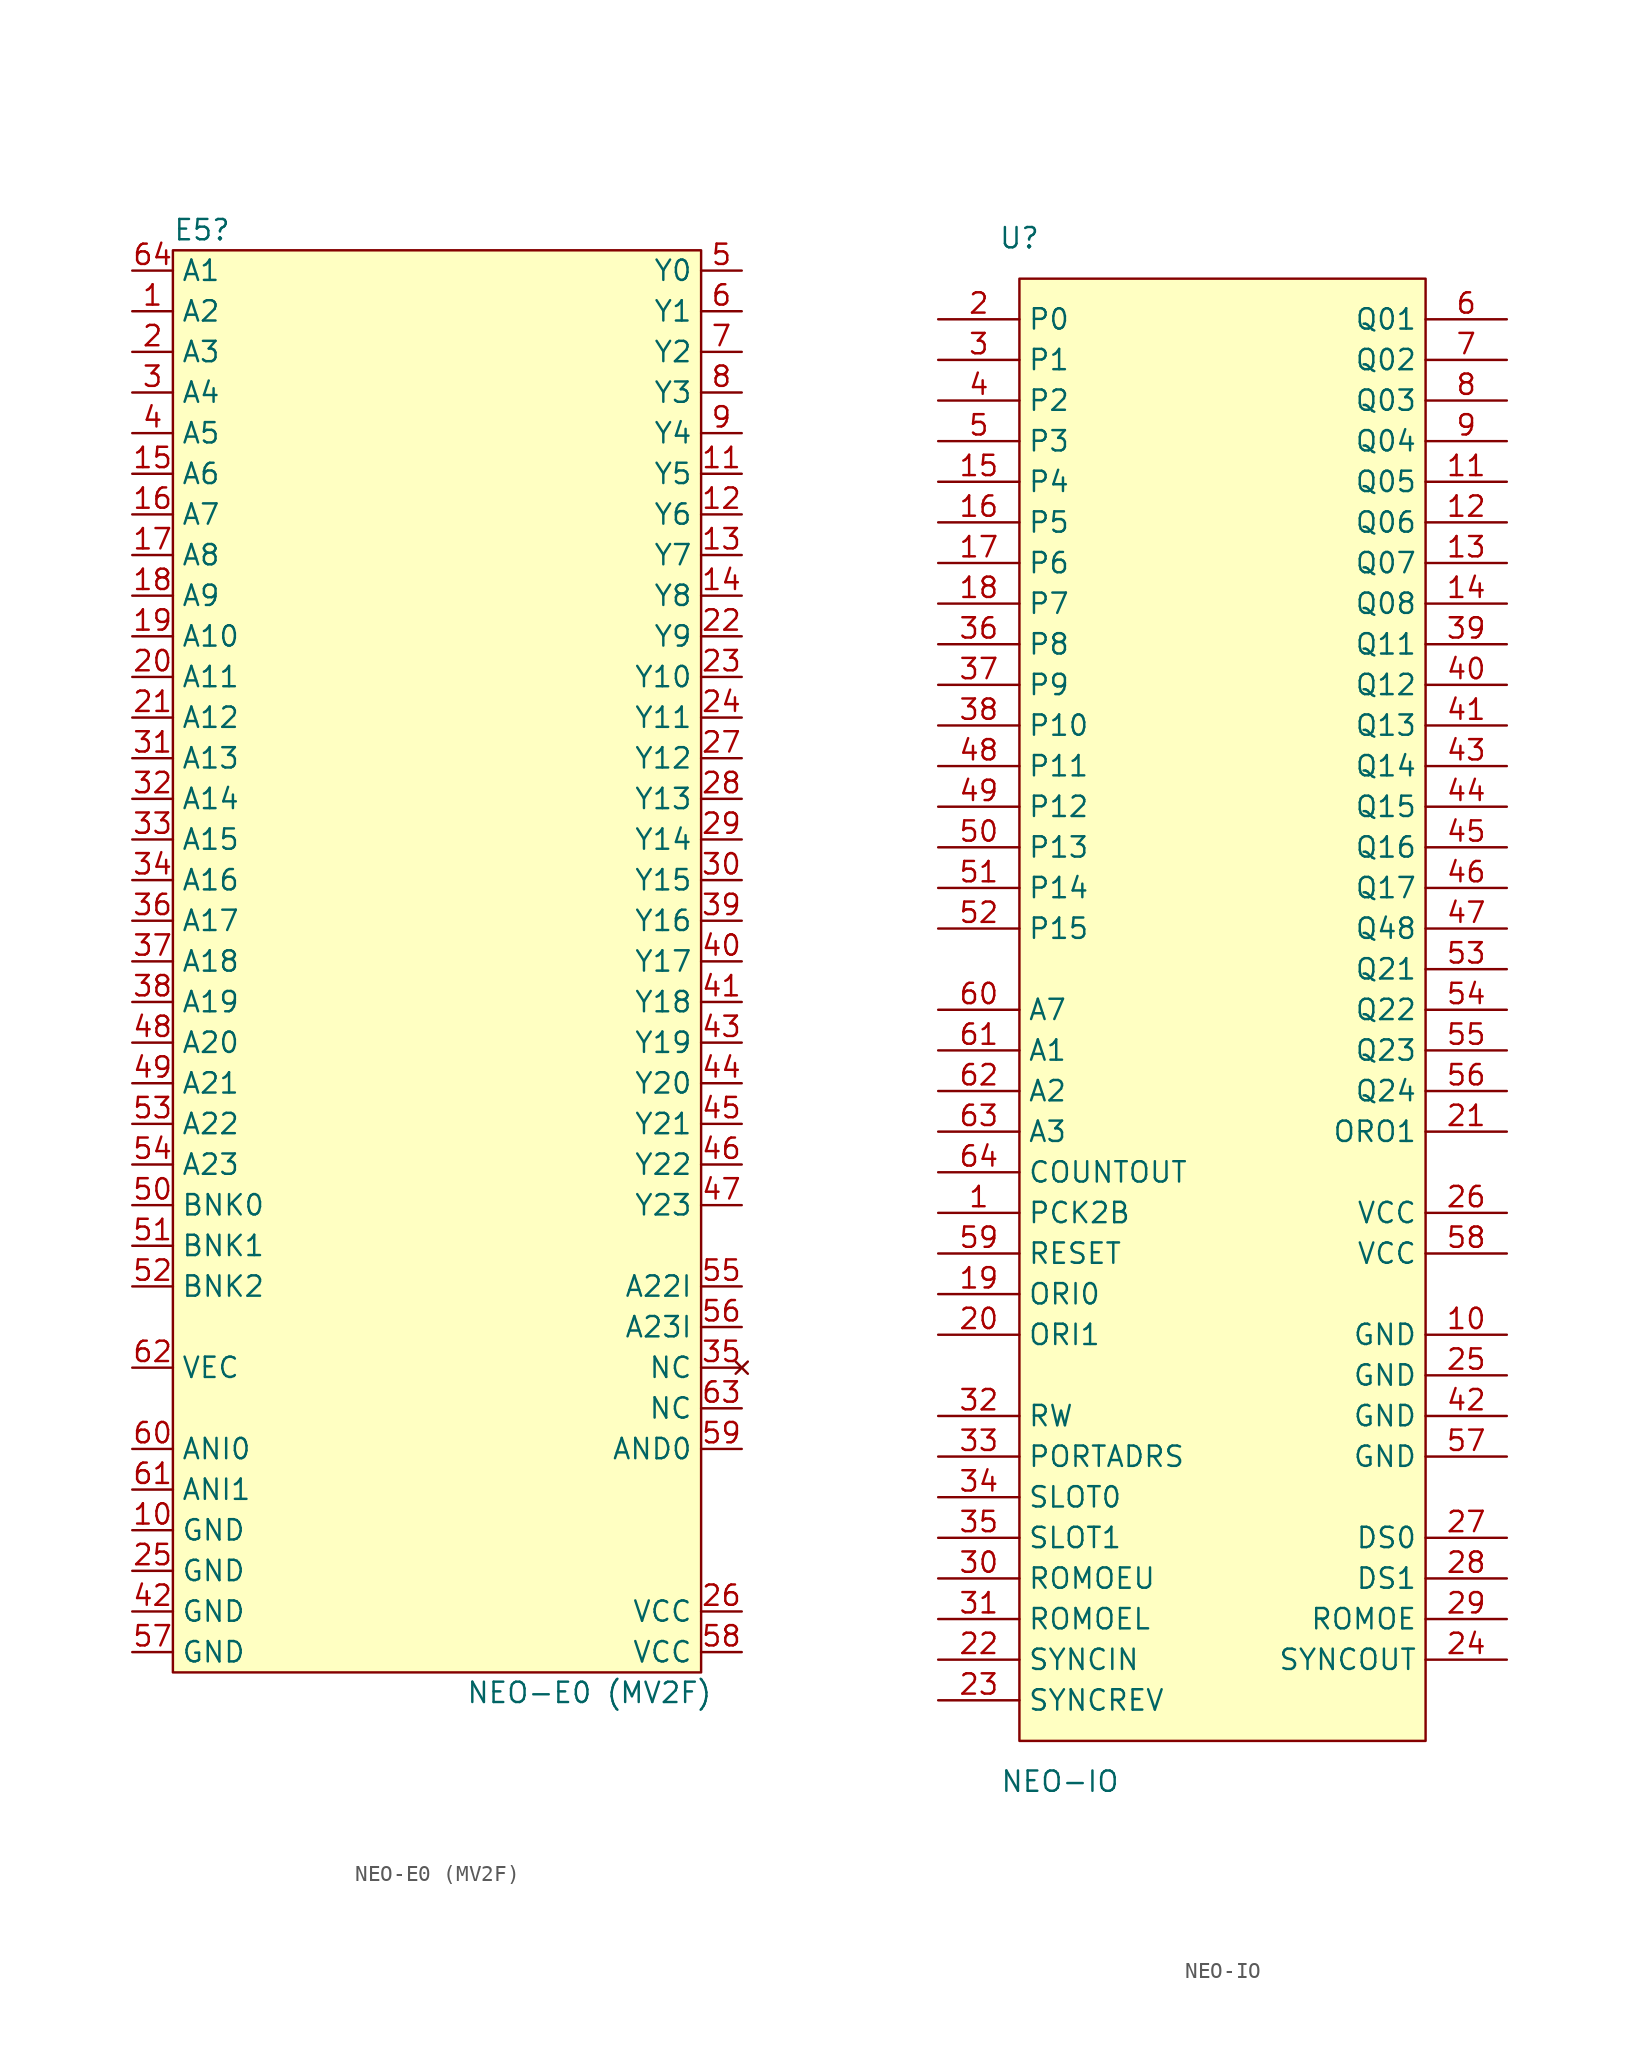
<source format=kicad_sym>
(kicad_symbol_lib
  (version 20220914)
  (generator kicad_symbol_editor)
  (symbol "NEO-E0 (MV2F)"
    (property "Reference" "E5"
      (at -16.51 45.72 0)
      (effects (font (size 1.27 1.27)) (justify left)))
    (property "Value" "NEO-E0 (MV2F)"
      (at 9.525 -45.72 0)
      (effects (font (size 1.27 1.27))))
    (symbol "NEO-E0 (MV2F)_0_0"
      (pin input line (at -19.05 40.64 0) (length 2.54) (name "A2" (effects (font (size 1.27 1.27)))) (number "1" (effects (font (size 1.27 1.27)))))
      (pin power_in line (at -19.05 -35.56 0) (length 2.54) (name "GND" (effects (font (size 1.27 1.27)))) (number "10" (effects (font (size 1.27 1.27)))))
      (pin output line (at 19.05 30.48 180) (length 2.54) (name "Y5" (effects (font (size 1.27 1.27)))) (number "11" (effects (font (size 1.27 1.27)))))
      (pin output line (at 19.05 27.94 180) (length 2.54) (name "Y6" (effects (font (size 1.27 1.27)))) (number "12" (effects (font (size 1.27 1.27)))))
      (pin output line (at 19.05 25.4 180) (length 2.54) (name "Y7" (effects (font (size 1.27 1.27)))) (number "13" (effects (font (size 1.27 1.27)))))
      (pin output line (at 19.05 22.86 180) (length 2.54) (name "Y8" (effects (font (size 1.27 1.27)))) (number "14" (effects (font (size 1.27 1.27)))))
      (pin input line (at -19.05 30.48 0) (length 2.54) (name "A6" (effects (font (size 1.27 1.27)))) (number "15" (effects (font (size 1.27 1.27)))))
      (pin input line (at -19.05 27.94 0) (length 2.54) (name "A7" (effects (font (size 1.27 1.27)))) (number "16" (effects (font (size 1.27 1.27)))))
      (pin input line (at -19.05 25.4 0) (length 2.54) (name "A8" (effects (font (size 1.27 1.27)))) (number "17" (effects (font (size 1.27 1.27)))))
      (pin input line (at -19.05 22.86 0) (length 2.54) (name "A9" (effects (font (size 1.27 1.27)))) (number "18" (effects (font (size 1.27 1.27)))))
      (pin input line (at -19.05 20.32 0) (length 2.54) (name "A10" (effects (font (size 1.27 1.27)))) (number "19" (effects (font (size 1.27 1.27)))))
      (pin input line (at -19.05 38.1 0) (length 2.54) (name "A3" (effects (font (size 1.27 1.27)))) (number "2" (effects (font (size 1.27 1.27)))))
      (pin input line (at -19.05 17.78 0) (length 2.54) (name "A11" (effects (font (size 1.27 1.27)))) (number "20" (effects (font (size 1.27 1.27)))))
      (pin input line (at -19.05 15.24 0) (length 2.54) (name "A12" (effects (font (size 1.27 1.27)))) (number "21" (effects (font (size 1.27 1.27)))))
      (pin output line (at 19.05 20.32 180) (length 2.54) (name "Y9" (effects (font (size 1.27 1.27)))) (number "22" (effects (font (size 1.27 1.27)))))
      (pin output line (at 19.05 17.78 180) (length 2.54) (name "Y10" (effects (font (size 1.27 1.27)))) (number "23" (effects (font (size 1.27 1.27)))))
      (pin output line (at 19.05 15.24 180) (length 2.54) (name "Y11" (effects (font (size 1.27 1.27)))) (number "24" (effects (font (size 1.27 1.27)))))
      (pin power_in line (at -19.05 -38.1 0) (length 2.54) (name "GND" (effects (font (size 1.27 1.27)))) (number "25" (effects (font (size 1.27 1.27)))))
      (pin power_in line (at 19.05 -40.64 180) (length 2.54) (name "VCC" (effects (font (size 1.27 1.27)))) (number "26" (effects (font (size 1.27 1.27)))))
      (pin output line (at 19.05 12.7 180) (length 2.54) (name "Y12" (effects (font (size 1.27 1.27)))) (number "27" (effects (font (size 1.27 1.27)))))
      (pin output line (at 19.05 10.16 180) (length 2.54) (name "Y13" (effects (font (size 1.27 1.27)))) (number "28" (effects (font (size 1.27 1.27)))))
      (pin output line (at 19.05 7.62 180) (length 2.54) (name "Y14" (effects (font (size 1.27 1.27)))) (number "29" (effects (font (size 1.27 1.27)))))
      (pin input line (at -19.05 35.56 0) (length 2.54) (name "A4" (effects (font (size 1.27 1.27)))) (number "3" (effects (font (size 1.27 1.27)))))
      (pin output line (at 19.05 5.08 180) (length 2.54) (name "Y15" (effects (font (size 1.27 1.27)))) (number "30" (effects (font (size 1.27 1.27)))))
      (pin input line (at -19.05 12.7 0) (length 2.54) (name "A13" (effects (font (size 1.27 1.27)))) (number "31" (effects (font (size 1.27 1.27)))))
      (pin input line (at -19.05 10.16 0) (length 2.54) (name "A14" (effects (font (size 1.27 1.27)))) (number "32" (effects (font (size 1.27 1.27)))))
      (pin input line (at -19.05 7.62 0) (length 2.54) (name "A15" (effects (font (size 1.27 1.27)))) (number "33" (effects (font (size 1.27 1.27)))))
      (pin input line (at -19.05 5.08 0) (length 2.54) (name "A16" (effects (font (size 1.27 1.27)))) (number "34" (effects (font (size 1.27 1.27)))))
      (pin no_connect line (at 19.05 -25.4 180) (length 2.54) (name "NC" (effects (font (size 1.27 1.27)))) (number "35" (effects (font (size 1.27 1.27)))))
      (pin input line (at -19.05 2.54 0) (length 2.54) (name "A17" (effects (font (size 1.27 1.27)))) (number "36" (effects (font (size 1.27 1.27)))))
      (pin input line (at -19.05 0 0) (length 2.54) (name "A18" (effects (font (size 1.27 1.27)))) (number "37" (effects (font (size 1.27 1.27)))))
      (pin input line (at -19.05 -2.54 0) (length 2.54) (name "A19" (effects (font (size 1.27 1.27)))) (number "38" (effects (font (size 1.27 1.27)))))
      (pin output line (at 19.05 2.54 180) (length 2.54) (name "Y16" (effects (font (size 1.27 1.27)))) (number "39" (effects (font (size 1.27 1.27)))))
      (pin input line (at -19.05 33.02 0) (length 2.54) (name "A5" (effects (font (size 1.27 1.27)))) (number "4" (effects (font (size 1.27 1.27)))))
      (pin output line (at 19.05 0 180) (length 2.54) (name "Y17" (effects (font (size 1.27 1.27)))) (number "40" (effects (font (size 1.27 1.27)))))
      (pin output line (at 19.05 -2.54 180) (length 2.54) (name "Y18" (effects (font (size 1.27 1.27)))) (number "41" (effects (font (size 1.27 1.27)))))
      (pin power_in line (at -19.05 -40.64 0) (length 2.54) (name "GND" (effects (font (size 1.27 1.27)))) (number "42" (effects (font (size 1.27 1.27)))))
      (pin output line (at 19.05 -5.08 180) (length 2.54) (name "Y19" (effects (font (size 1.27 1.27)))) (number "43" (effects (font (size 1.27 1.27)))))
      (pin output line (at 19.05 -7.62 180) (length 2.54) (name "Y20" (effects (font (size 1.27 1.27)))) (number "44" (effects (font (size 1.27 1.27)))))
      (pin output line (at 19.05 -10.16 180) (length 2.54) (name "Y21" (effects (font (size 1.27 1.27)))) (number "45" (effects (font (size 1.27 1.27)))))
      (pin output line (at 19.05 -12.7 180) (length 2.54) (name "Y22" (effects (font (size 1.27 1.27)))) (number "46" (effects (font (size 1.27 1.27)))))
      (pin output line (at 19.05 -15.24 180) (length 2.54) (name "Y23" (effects (font (size 1.27 1.27)))) (number "47" (effects (font (size 1.27 1.27)))))
      (pin input line (at -19.05 -5.08 0) (length 2.54) (name "A20" (effects (font (size 1.27 1.27)))) (number "48" (effects (font (size 1.27 1.27)))))
      (pin input line (at -19.05 -7.62 0) (length 2.54) (name "A21" (effects (font (size 1.27 1.27)))) (number "49" (effects (font (size 1.27 1.27)))))
      (pin output line (at 19.05 43.18 180) (length 2.54) (name "Y0" (effects (font (size 1.27 1.27)))) (number "5" (effects (font (size 1.27 1.27)))))
      (pin input line (at -19.05 -15.24 0) (length 2.54) (name "BNK0" (effects (font (size 1.27 1.27)))) (number "50" (effects (font (size 1.27 1.27)))))
      (pin input line (at -19.05 -17.78 0) (length 2.54) (name "BNK1" (effects (font (size 1.27 1.27)))) (number "51" (effects (font (size 1.27 1.27)))))
      (pin input line (at -19.05 -20.32 0) (length 2.54) (name "BNK2" (effects (font (size 1.27 1.27)))) (number "52" (effects (font (size 1.27 1.27)))))
      (pin input line (at -19.05 -10.16 0) (length 2.54) (name "A22" (effects (font (size 1.27 1.27)))) (number "53" (effects (font (size 1.27 1.27)))))
      (pin input line (at -19.05 -12.7 0) (length 2.54) (name "A23" (effects (font (size 1.27 1.27)))) (number "54" (effects (font (size 1.27 1.27)))))
      (pin output line (at 19.05 -20.32 180) (length 2.54) (name "A22I" (effects (font (size 1.27 1.27)))) (number "55" (effects (font (size 1.27 1.27)))))
      (pin output line (at 19.05 -22.86 180) (length 2.54) (name "A23I" (effects (font (size 1.27 1.27)))) (number "56" (effects (font (size 1.27 1.27)))))
      (pin power_in line (at -19.05 -43.18 0) (length 2.54) (name "GND" (effects (font (size 1.27 1.27)))) (number "57" (effects (font (size 1.27 1.27)))))
      (pin power_in line (at 19.05 -43.18 180) (length 2.54) (name "VCC" (effects (font (size 1.27 1.27)))) (number "58" (effects (font (size 1.27 1.27)))))
      (pin output line (at 19.05 -30.48 180) (length 2.54) (name "AND0" (effects (font (size 1.27 1.27)))) (number "59" (effects (font (size 1.27 1.27)))))
      (pin output line (at 19.05 40.64 180) (length 2.54) (name "Y1" (effects (font (size 1.27 1.27)))) (number "6" (effects (font (size 1.27 1.27)))))
      (pin input line (at -19.05 -30.48 0) (length 2.54) (name "ANI0" (effects (font (size 1.27 1.27)))) (number "60" (effects (font (size 1.27 1.27)))))
      (pin input line (at -19.05 -33.02 0) (length 2.54) (name "ANI1" (effects (font (size 1.27 1.27)))) (number "61" (effects (font (size 1.27 1.27)))))
      (pin output line (at -19.05 -25.4 0) (length 2.54) (name "VEC" (effects (font (size 1.27 1.27)))) (number "62" (effects (font (size 1.27 1.27)))))
      (pin output line (at 19.05 -27.94 180) (length 2.54) (name "NC" (effects (font (size 1.27 1.27)))) (number "63" (effects (font (size 1.27 1.27)))))
      (pin input line (at -19.05 43.18 0) (length 2.54) (name "A1" (effects (font (size 1.27 1.27)))) (number "64" (effects (font (size 1.27 1.27)))))
      (pin output line (at 19.05 38.1 180) (length 2.54) (name "Y2" (effects (font (size 1.27 1.27)))) (number "7" (effects (font (size 1.27 1.27)))))
      (pin output line (at 19.05 35.56 180) (length 2.54) (name "Y3" (effects (font (size 1.27 1.27)))) (number "8" (effects (font (size 1.27 1.27)))))
      (pin output line (at 19.05 33.02 180) (length 2.54) (name "Y4" (effects (font (size 1.27 1.27)))) (number "9" (effects (font (size 1.27 1.27))))))
    (symbol "NEO-E0 (MV2F)_1_1"
      (rectangle (start -16.51 44.45) (end 16.51 -44.45) (stroke (width 0) (type default)) (fill (type background)))))
  (symbol "NEO-IO"
    (property "Reference" "U"
      (at -12.7 48.26 0)
      (effects (font (size 1.27 1.27))))
    (property "Value" "NEO-IO"
      (at -10.16 -48.26 0)
      (effects (font (size 1.27 1.27))))
    (symbol "NEO-IO_0_0"
      (pin input line (at -17.78 -12.7 0) (length 5.08) (name "PCK2B" (effects (font (size 1.27 1.27)))) (number "1" (effects (font (size 1.27 1.27)))))
      (pin power_in line (at 17.78 -20.32 180) (length 5.08) (name "GND" (effects (font (size 1.27 1.27)))) (number "10" (effects (font (size 1.27 1.27)))))
      (pin output line (at 17.78 33.02 180) (length 5.08) (name "Q05" (effects (font (size 1.27 1.27)))) (number "11" (effects (font (size 1.27 1.27)))))
      (pin output line (at 17.78 30.48 180) (length 5.08) (name "Q06" (effects (font (size 1.27 1.27)))) (number "12" (effects (font (size 1.27 1.27)))))
      (pin output line (at 17.78 27.94 180) (length 5.08) (name "Q07" (effects (font (size 1.27 1.27)))) (number "13" (effects (font (size 1.27 1.27)))))
      (pin output line (at 17.78 25.4 180) (length 5.08) (name "Q08" (effects (font (size 1.27 1.27)))) (number "14" (effects (font (size 1.27 1.27)))))
      (pin input line (at -17.78 33.02 0) (length 5.08) (name "P4" (effects (font (size 1.27 1.27)))) (number "15" (effects (font (size 1.27 1.27)))))
      (pin input line (at -17.78 30.48 0) (length 5.08) (name "P5" (effects (font (size 1.27 1.27)))) (number "16" (effects (font (size 1.27 1.27)))))
      (pin input line (at -17.78 27.94 0) (length 5.08) (name "P6" (effects (font (size 1.27 1.27)))) (number "17" (effects (font (size 1.27 1.27)))))
      (pin input line (at -17.78 25.4 0) (length 5.08) (name "P7" (effects (font (size 1.27 1.27)))) (number "18" (effects (font (size 1.27 1.27)))))
      (pin input line (at -17.78 -17.78 0) (length 5.08) (name "ORI0" (effects (font (size 1.27 1.27)))) (number "19" (effects (font (size 1.27 1.27)))))
      (pin input line (at -17.78 43.18 0) (length 5.08) (name "P0" (effects (font (size 1.27 1.27)))) (number "2" (effects (font (size 1.27 1.27)))))
      (pin input line (at -17.78 -20.32 0) (length 5.08) (name "ORI1" (effects (font (size 1.27 1.27)))) (number "20" (effects (font (size 1.27 1.27)))))
      (pin output line (at 17.78 -7.62 180) (length 5.08) (name "ORO1" (effects (font (size 1.27 1.27)))) (number "21" (effects (font (size 1.27 1.27)))))
      (pin input line (at -17.78 -40.64 0) (length 5.08) (name "SYNCIN" (effects (font (size 1.27 1.27)))) (number "22" (effects (font (size 1.27 1.27)))))
      (pin input line (at -17.78 -43.18 0) (length 5.08) (name "SYNCREV" (effects (font (size 1.27 1.27)))) (number "23" (effects (font (size 1.27 1.27)))))
      (pin output line (at 17.78 -40.64 180) (length 5.08) (name "SYNCOUT" (effects (font (size 1.27 1.27)))) (number "24" (effects (font (size 1.27 1.27)))))
      (pin power_in line (at 17.78 -22.86 180) (length 5.08) (name "GND" (effects (font (size 1.27 1.27)))) (number "25" (effects (font (size 1.27 1.27)))))
      (pin power_in line (at 17.78 -12.7 180) (length 5.08) (name "VCC" (effects (font (size 1.27 1.27)))) (number "26" (effects (font (size 1.27 1.27)))))
      (pin output line (at 17.78 -33.02 180) (length 5.08) (name "DS0" (effects (font (size 1.27 1.27)))) (number "27" (effects (font (size 1.27 1.27)))))
      (pin output line (at 17.78 -35.56 180) (length 5.08) (name "DS1" (effects (font (size 1.27 1.27)))) (number "28" (effects (font (size 1.27 1.27)))))
      (pin output line (at 17.78 -38.1 180) (length 5.08) (name "ROMOE" (effects (font (size 1.27 1.27)))) (number "29" (effects (font (size 1.27 1.27)))))
      (pin input line (at -17.78 40.64 0) (length 5.08) (name "P1" (effects (font (size 1.27 1.27)))) (number "3" (effects (font (size 1.27 1.27)))))
      (pin input line (at -17.78 -35.56 0) (length 5.08) (name "ROMOEU" (effects (font (size 1.27 1.27)))) (number "30" (effects (font (size 1.27 1.27)))))
      (pin input line (at -17.78 -38.1 0) (length 5.08) (name "ROMOEL" (effects (font (size 1.27 1.27)))) (number "31" (effects (font (size 1.27 1.27)))))
      (pin input line (at -17.78 -25.4 0) (length 5.08) (name "RW" (effects (font (size 1.27 1.27)))) (number "32" (effects (font (size 1.27 1.27)))))
      (pin input line (at -17.78 -27.94 0) (length 5.08) (name "PORTADRS" (effects (font (size 1.27 1.27)))) (number "33" (effects (font (size 1.27 1.27)))))
      (pin input line (at -17.78 -30.48 0) (length 5.08) (name "SLOT0" (effects (font (size 1.27 1.27)))) (number "34" (effects (font (size 1.27 1.27)))))
      (pin input line (at -17.78 -33.02 0) (length 5.08) (name "SLOT1" (effects (font (size 1.27 1.27)))) (number "35" (effects (font (size 1.27 1.27)))))
      (pin input line (at -17.78 22.86 0) (length 5.08) (name "P8" (effects (font (size 1.27 1.27)))) (number "36" (effects (font (size 1.27 1.27)))))
      (pin input line (at -17.78 20.32 0) (length 5.08) (name "P9" (effects (font (size 1.27 1.27)))) (number "37" (effects (font (size 1.27 1.27)))))
      (pin input line (at -17.78 17.78 0) (length 5.08) (name "P10" (effects (font (size 1.27 1.27)))) (number "38" (effects (font (size 1.27 1.27)))))
      (pin output line (at 17.78 22.86 180) (length 5.08) (name "Q11" (effects (font (size 1.27 1.27)))) (number "39" (effects (font (size 1.27 1.27)))))
      (pin input line (at -17.78 38.1 0) (length 5.08) (name "P2" (effects (font (size 1.27 1.27)))) (number "4" (effects (font (size 1.27 1.27)))))
      (pin output line (at 17.78 20.32 180) (length 5.08) (name "Q12" (effects (font (size 1.27 1.27)))) (number "40" (effects (font (size 1.27 1.27)))))
      (pin output line (at 17.78 17.78 180) (length 5.08) (name "Q13" (effects (font (size 1.27 1.27)))) (number "41" (effects (font (size 1.27 1.27)))))
      (pin power_in line (at 17.78 -25.4 180) (length 5.08) (name "GND" (effects (font (size 1.27 1.27)))) (number "42" (effects (font (size 1.27 1.27)))))
      (pin output line (at 17.78 15.24 180) (length 5.08) (name "Q14" (effects (font (size 1.27 1.27)))) (number "43" (effects (font (size 1.27 1.27)))))
      (pin output line (at 17.78 12.7 180) (length 5.08) (name "Q15" (effects (font (size 1.27 1.27)))) (number "44" (effects (font (size 1.27 1.27)))))
      (pin output line (at 17.78 10.16 180) (length 5.08) (name "Q16" (effects (font (size 1.27 1.27)))) (number "45" (effects (font (size 1.27 1.27)))))
      (pin output line (at 17.78 7.62 180) (length 5.08) (name "Q17" (effects (font (size 1.27 1.27)))) (number "46" (effects (font (size 1.27 1.27)))))
      (pin output line (at 17.78 5.08 180) (length 5.08) (name "Q48" (effects (font (size 1.27 1.27)))) (number "47" (effects (font (size 1.27 1.27)))))
      (pin input line (at -17.78 15.24 0) (length 5.08) (name "P11" (effects (font (size 1.27 1.27)))) (number "48" (effects (font (size 1.27 1.27)))))
      (pin input line (at -17.78 12.7 0) (length 5.08) (name "P12" (effects (font (size 1.27 1.27)))) (number "49" (effects (font (size 1.27 1.27)))))
      (pin input line (at -17.78 35.56 0) (length 5.08) (name "P3" (effects (font (size 1.27 1.27)))) (number "5" (effects (font (size 1.27 1.27)))))
      (pin input line (at -17.78 10.16 0) (length 5.08) (name "P13" (effects (font (size 1.27 1.27)))) (number "50" (effects (font (size 1.27 1.27)))))
      (pin input line (at -17.78 7.62 0) (length 5.08) (name "P14" (effects (font (size 1.27 1.27)))) (number "51" (effects (font (size 1.27 1.27)))))
      (pin input line (at -17.78 5.08 0) (length 5.08) (name "P15" (effects (font (size 1.27 1.27)))) (number "52" (effects (font (size 1.27 1.27)))))
      (pin output line (at 17.78 2.54 180) (length 5.08) (name "Q21" (effects (font (size 1.27 1.27)))) (number "53" (effects (font (size 1.27 1.27)))))
      (pin output line (at 17.78 0 180) (length 5.08) (name "Q22" (effects (font (size 1.27 1.27)))) (number "54" (effects (font (size 1.27 1.27)))))
      (pin output line (at 17.78 -2.54 180) (length 5.08) (name "Q23" (effects (font (size 1.27 1.27)))) (number "55" (effects (font (size 1.27 1.27)))))
      (pin output line (at 17.78 -5.08 180) (length 5.08) (name "Q24" (effects (font (size 1.27 1.27)))) (number "56" (effects (font (size 1.27 1.27)))))
      (pin power_in line (at 17.78 -27.94 180) (length 5.08) (name "GND" (effects (font (size 1.27 1.27)))) (number "57" (effects (font (size 1.27 1.27)))))
      (pin power_in line (at 17.78 -15.24 180) (length 5.08) (name "VCC" (effects (font (size 1.27 1.27)))) (number "58" (effects (font (size 1.27 1.27)))))
      (pin input line (at -17.78 -15.24 0) (length 5.08) (name "RESET" (effects (font (size 1.27 1.27)))) (number "59" (effects (font (size 1.27 1.27)))))
      (pin output line (at 17.78 43.18 180) (length 5.08) (name "Q01" (effects (font (size 1.27 1.27)))) (number "6" (effects (font (size 1.27 1.27)))))
      (pin input line (at -17.78 0 0) (length 5.08) (name "A7" (effects (font (size 1.27 1.27)))) (number "60" (effects (font (size 1.27 1.27)))))
      (pin input line (at -17.78 -2.54 0) (length 5.08) (name "A1" (effects (font (size 1.27 1.27)))) (number "61" (effects (font (size 1.27 1.27)))))
      (pin input line (at -17.78 -5.08 0) (length 5.08) (name "A2" (effects (font (size 1.27 1.27)))) (number "62" (effects (font (size 1.27 1.27)))))
      (pin input line (at -17.78 -7.62 0) (length 5.08) (name "A3" (effects (font (size 1.27 1.27)))) (number "63" (effects (font (size 1.27 1.27)))))
      (pin input line (at -17.78 -10.16 0) (length 5.08) (name "COUNTOUT" (effects (font (size 1.27 1.27)))) (number "64" (effects (font (size 1.27 1.27)))))
      (pin output line (at 17.78 40.64 180) (length 5.08) (name "Q02" (effects (font (size 1.27 1.27)))) (number "7" (effects (font (size 1.27 1.27)))))
      (pin output line (at 17.78 38.1 180) (length 5.08) (name "Q03" (effects (font (size 1.27 1.27)))) (number "8" (effects (font (size 1.27 1.27)))))
      (pin output line (at 17.78 35.56 180) (length 5.08) (name "Q04" (effects (font (size 1.27 1.27)))) (number "9" (effects (font (size 1.27 1.27))))))
    (symbol "NEO-IO_1_1"
      (rectangle (start -12.7 45.72) (end 12.7 -45.72) (stroke (width 0) (type default)) (fill (type background))))))
</source>
